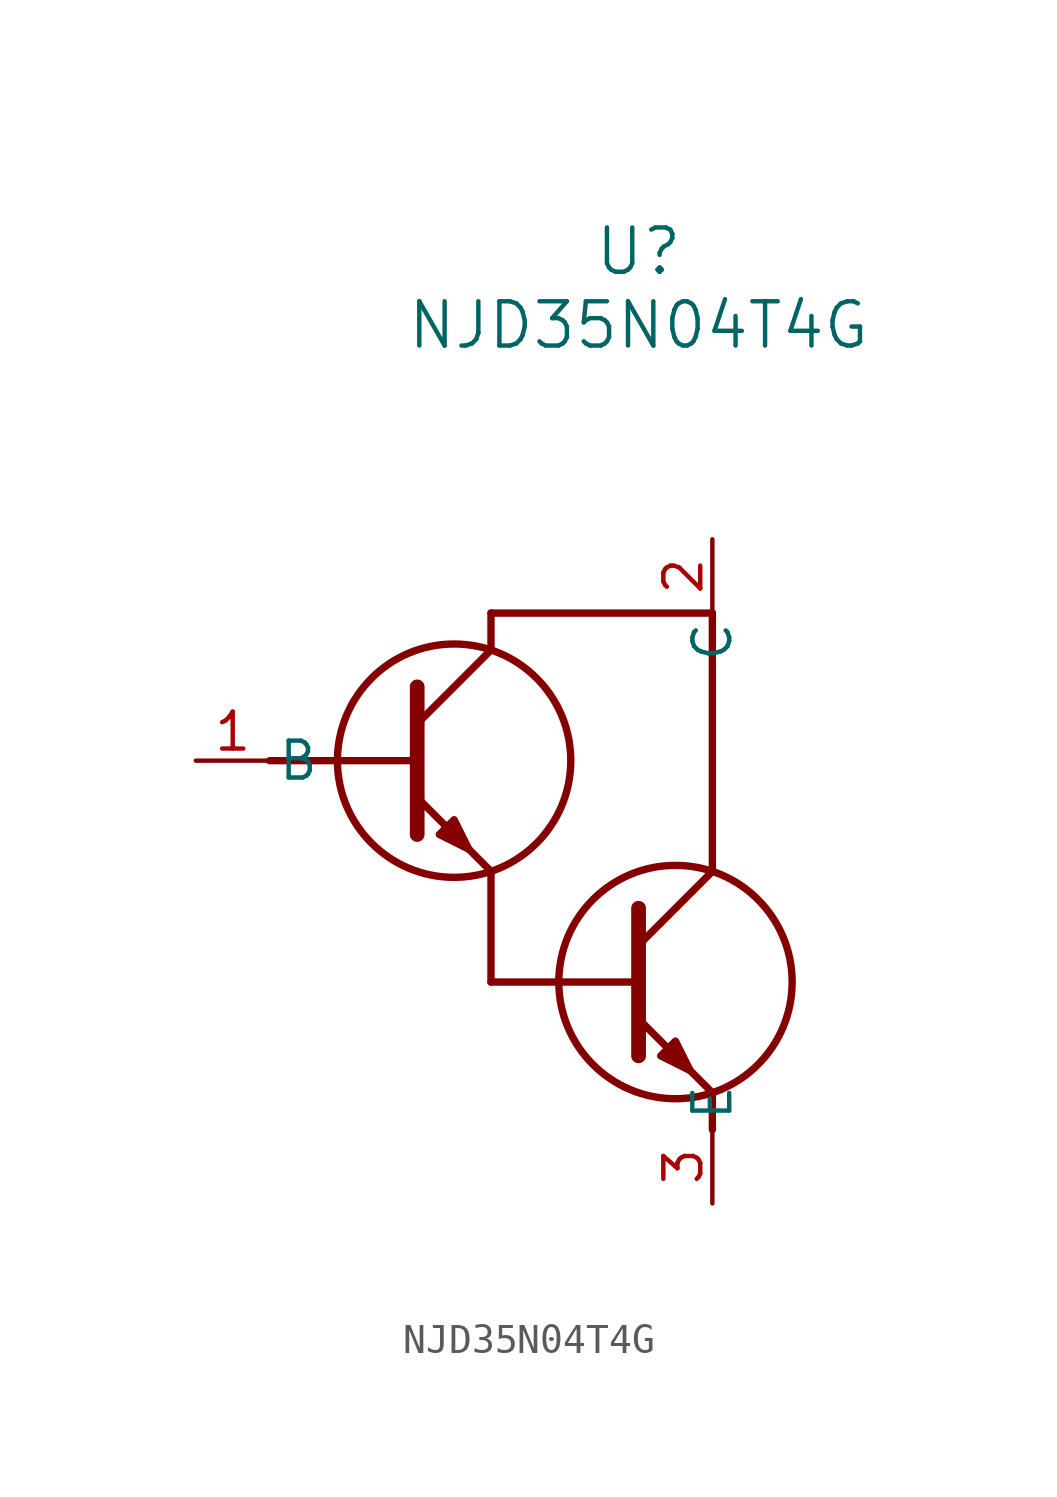
<source format=kicad_sym>
(kicad_symbol_lib
  (version 20241209)
  (generator "kicad_symbol_editor")
  (generator_version "9.0")
  (symbol "NJD35N04T4G"
    (pin_names
      (offset 0.254))
    (property "Reference" "U"
      (at 0 18.796 0)
      (effects (font (size 1.524 1.524))))
    (property "Value" "NJD35N04T4G"
      (at 0 16.256 0)
      (effects (font (size 1.524 1.524))))
    (symbol "NJD35N04T4G_1_1"
      (polyline (pts (xy -12.7 1.27) (xy -7.62 1.27)) (stroke (width 0.254) (type default)) (fill (type none)))
      (polyline (pts (xy -7.62 3.81) (xy -7.62 -1.27)) (stroke (width 0.508) (type default)) (fill (type none)))
      (polyline (pts (xy -7.62 2.54) (xy -5.08 5.08)) (stroke (width 0.254) (type default)) (fill (type none)))
      (polyline (pts (xy -7.62 0) (xy -5.08 -2.54)) (stroke (width 0.254) (type default)) (fill (type none)))
      (polyline (pts (xy -6.858 -1.27) (xy -6.35 -0.762) (xy -5.842 -1.778) (xy -6.858 -1.27)) (stroke (width 0.254) (type default)) (fill (type outline)))
      (circle (center -6.35 1.27) (radius 4.016) (stroke (width 0.254) (type default)) (fill (type none)))
      (polyline (pts (xy -5.08 6.35) (xy 2.54 6.35)) (stroke (width 0.254) (type default)) (fill (type none)))
      (polyline (pts (xy -5.08 5.08) (xy -5.08 6.35)) (stroke (width 0.254) (type default)) (fill (type none)))
      (polyline (pts (xy -5.08 -2.54) (xy -5.08 -6.35)) (stroke (width 0.254) (type default)) (fill (type none)))
      (polyline (pts (xy -5.08 -6.35) (xy 0 -6.35)) (stroke (width 0.254) (type default)) (fill (type none)))
      (polyline (pts (xy 0 -3.81) (xy 0 -8.89)) (stroke (width 0.508) (type default)) (fill (type none)))
      (polyline (pts (xy 0 -5.08) (xy 2.54 -2.54)) (stroke (width 0.254) (type default)) (fill (type none)))
      (polyline (pts (xy 0 -7.62) (xy 2.54 -10.16)) (stroke (width 0.254) (type default)) (fill (type none)))
      (polyline (pts (xy 0.762 -8.89) (xy 1.27 -8.382) (xy 1.778 -9.398) (xy 0.762 -8.89)) (stroke (width 0.254) (type default)) (fill (type outline)))
      (circle (center 1.27 -6.35) (radius 4.016) (stroke (width 0.254) (type default)) (fill (type none)))
      (polyline (pts (xy 2.54 -2.54) (xy 2.54 6.35)) (stroke (width 0.254) (type default)) (fill (type none)))
      (polyline (pts (xy 2.54 -10.16) (xy 2.54 -11.43)) (stroke (width 0.254) (type default)) (fill (type none)))
      (pin passive line (at -15.24 1.27 0) (length 2.54) (name "B" (effects (font (size 1.27 1.27)))) (number "1" (effects (font (size 1.27 1.27)))))
      (pin passive line (at 2.54 8.89 270) (length 2.54) (name "C" (effects (font (size 1.27 1.27)))) (number "2" (effects (font (size 1.27 1.27)))))
      (pin passive line (at 2.54 -13.97 90) (length 2.54) (name "E" (effects (font (size 1.27 1.27)))) (number "3" (effects (font (size 1.27 1.27))))))))
</source>
